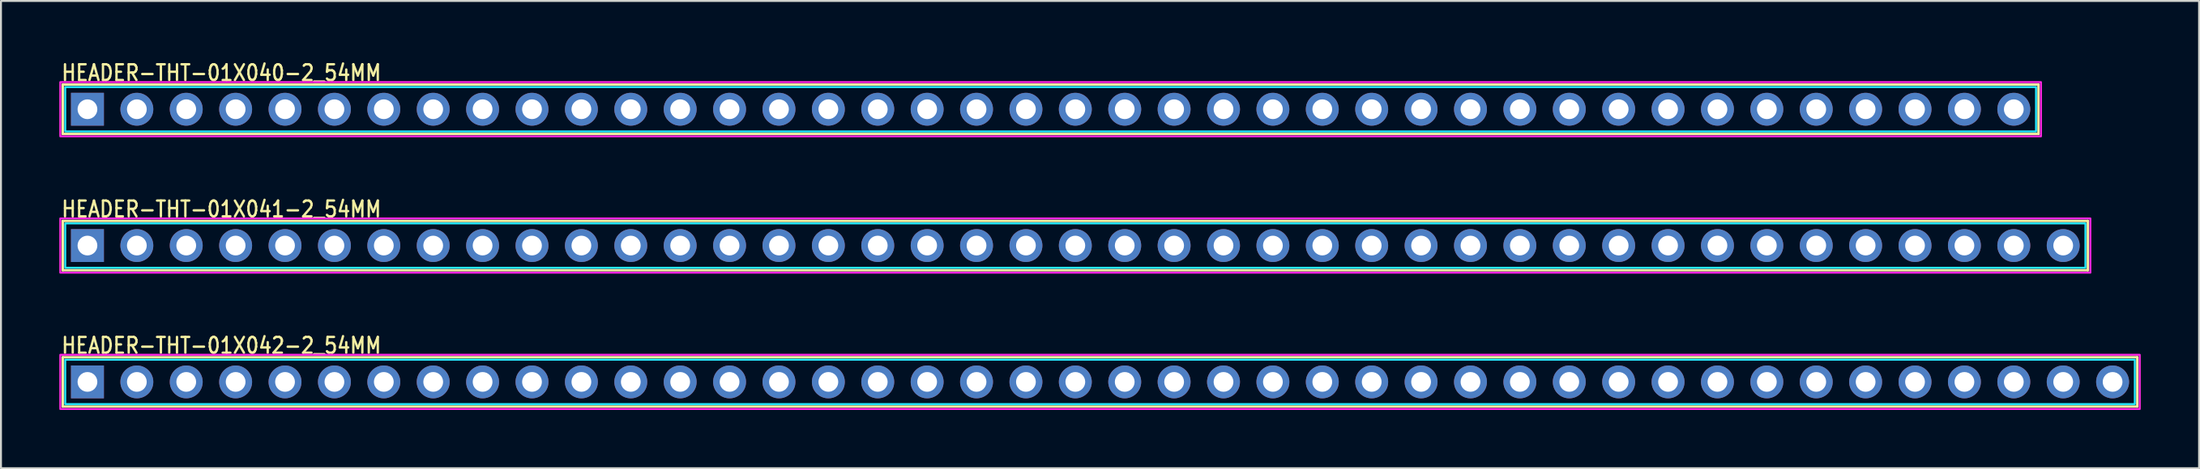
<source format=kicad_pcb>
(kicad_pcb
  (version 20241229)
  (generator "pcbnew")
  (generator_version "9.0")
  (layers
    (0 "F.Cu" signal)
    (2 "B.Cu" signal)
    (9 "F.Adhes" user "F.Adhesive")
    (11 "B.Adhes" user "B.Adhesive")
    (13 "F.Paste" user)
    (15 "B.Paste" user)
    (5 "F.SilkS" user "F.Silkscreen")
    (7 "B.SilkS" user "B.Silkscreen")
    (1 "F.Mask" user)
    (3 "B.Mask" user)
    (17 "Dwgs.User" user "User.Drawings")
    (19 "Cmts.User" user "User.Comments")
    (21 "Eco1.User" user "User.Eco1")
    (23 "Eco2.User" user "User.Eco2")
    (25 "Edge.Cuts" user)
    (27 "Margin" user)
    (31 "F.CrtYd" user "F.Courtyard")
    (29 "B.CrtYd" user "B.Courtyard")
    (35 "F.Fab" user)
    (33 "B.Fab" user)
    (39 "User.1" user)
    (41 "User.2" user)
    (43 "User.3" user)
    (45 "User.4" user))
  (footprint "HEADER-THT-01X042-2_54MM"
    (layer "F.Cu")
    (at 1.447 16.63)
    (property "Reference" "HEADER-THT-01X042-2_54MM" (at -1.4 -1.4 0) (unlocked yes) (layer "F.SilkS") (effects (font (size 0.813 0.695) (thickness 0.122)) (justify left bottom)))
    (fp_line (start -1.27 -1.27) (end -1.27 1.27) (stroke (width 0.127) (type solid)) (layer "F.SilkS"))
    (fp_line (start -1.27 1.27) (end 105.41 1.27) (stroke (width 0.127) (type solid)) (layer "F.SilkS"))
    (fp_line (start 105.41 -1.27) (end -1.27 -1.27) (stroke (width 0.127) (type solid)) (layer "F.SilkS"))
    (fp_line (start 105.41 1.27) (end 105.41 -1.27) (stroke (width 0.127) (type solid)) (layer "F.SilkS"))
    (fp_poly (pts (xy -1.143 -1.143) (xy 105.283 -1.143) (xy 105.283 1.143) (xy -1.143 1.143)) (stroke (width 0.1) (type solid)) (fill no) (layer "B.CrtYd"))
    (fp_poly (pts (xy -1.397 -1.397) (xy 105.537 -1.397) (xy 105.537 1.397) (xy -1.397 1.397)) (stroke (width 0.1) (type solid)) (fill no) (layer "F.CrtYd"))
    (pad "1" thru_hole rect (at 0 0) (size 1.693 1.693) (drill 1.016) (layers "*.Cu" "*.Mask"))
    (pad "2" thru_hole oval (at 2.54 0) (size 1.693 1.693) (drill 1.016) (layers "*.Cu" "*.Mask"))
    (pad "3" thru_hole oval (at 5.08 0) (size 1.693 1.693) (drill 1.016) (layers "*.Cu" "*.Mask"))
    (pad "4" thru_hole oval (at 7.62 0) (size 1.693 1.693) (drill 1.016) (layers "*.Cu" "*.Mask"))
    (pad "5" thru_hole oval (at 10.16 0) (size 1.693 1.693) (drill 1.016) (layers "*.Cu" "*.Mask"))
    (pad "6" thru_hole oval (at 12.7 0) (size 1.693 1.693) (drill 1.016) (layers "*.Cu" "*.Mask"))
    (pad "7" thru_hole oval (at 15.24 0) (size 1.693 1.693) (drill 1.016) (layers "*.Cu" "*.Mask"))
    (pad "8" thru_hole oval (at 17.78 0) (size 1.693 1.693) (drill 1.016) (layers "*.Cu" "*.Mask"))
    (pad "9" thru_hole oval (at 20.32 0) (size 1.693 1.693) (drill 1.016) (layers "*.Cu" "*.Mask"))
    (pad "10" thru_hole oval (at 22.86 0) (size 1.693 1.693) (drill 1.016) (layers "*.Cu" "*.Mask"))
    (pad "11" thru_hole oval (at 25.4 0) (size 1.693 1.693) (drill 1.016) (layers "*.Cu" "*.Mask"))
    (pad "12" thru_hole oval (at 27.94 0) (size 1.693 1.693) (drill 1.016) (layers "*.Cu" "*.Mask"))
    (pad "13" thru_hole oval (at 30.48 0) (size 1.693 1.693) (drill 1.016) (layers "*.Cu" "*.Mask"))
    (pad "14" thru_hole oval (at 33.02 0) (size 1.693 1.693) (drill 1.016) (layers "*.Cu" "*.Mask"))
    (pad "15" thru_hole oval (at 35.56 0) (size 1.693 1.693) (drill 1.016) (layers "*.Cu" "*.Mask"))
    (pad "16" thru_hole oval (at 38.1 0) (size 1.693 1.693) (drill 1.016) (layers "*.Cu" "*.Mask"))
    (pad "17" thru_hole oval (at 40.64 0) (size 1.693 1.693) (drill 1.016) (layers "*.Cu" "*.Mask"))
    (pad "18" thru_hole oval (at 43.18 0) (size 1.693 1.693) (drill 1.016) (layers "*.Cu" "*.Mask"))
    (pad "19" thru_hole oval (at 45.72 0) (size 1.693 1.693) (drill 1.016) (layers "*.Cu" "*.Mask"))
    (pad "20" thru_hole oval (at 48.26 0) (size 1.693 1.693) (drill 1.016) (layers "*.Cu" "*.Mask"))
    (pad "21" thru_hole oval (at 50.8 0) (size 1.693 1.693) (drill 1.016) (layers "*.Cu" "*.Mask"))
    (pad "22" thru_hole oval (at 53.34 0) (size 1.693 1.693) (drill 1.016) (layers "*.Cu" "*.Mask"))
    (pad "23" thru_hole oval (at 55.88 0) (size 1.693 1.693) (drill 1.016) (layers "*.Cu" "*.Mask"))
    (pad "24" thru_hole oval (at 58.42 0) (size 1.693 1.693) (drill 1.016) (layers "*.Cu" "*.Mask"))
    (pad "25" thru_hole oval (at 60.96 0) (size 1.693 1.693) (drill 1.016) (layers "*.Cu" "*.Mask"))
    (pad "26" thru_hole oval (at 63.5 0) (size 1.693 1.693) (drill 1.016) (layers "*.Cu" "*.Mask"))
    (pad "27" thru_hole oval (at 66.04 0) (size 1.693 1.693) (drill 1.016) (layers "*.Cu" "*.Mask"))
    (pad "28" thru_hole oval (at 68.58 0) (size 1.693 1.693) (drill 1.016) (layers "*.Cu" "*.Mask"))
    (pad "29" thru_hole oval (at 71.12 0) (size 1.693 1.693) (drill 1.016) (layers "*.Cu" "*.Mask"))
    (pad "30" thru_hole oval (at 73.66 0) (size 1.693 1.693) (drill 1.016) (layers "*.Cu" "*.Mask"))
    (pad "31" thru_hole oval (at 76.2 0) (size 1.693 1.693) (drill 1.016) (layers "*.Cu" "*.Mask"))
    (pad "32" thru_hole oval (at 78.74 0) (size 1.693 1.693) (drill 1.016) (layers "*.Cu" "*.Mask"))
    (pad "33" thru_hole oval (at 81.28 0) (size 1.693 1.693) (drill 1.016) (layers "*.Cu" "*.Mask"))
    (pad "34" thru_hole oval (at 83.82 0) (size 1.693 1.693) (drill 1.016) (layers "*.Cu" "*.Mask"))
    (pad "35" thru_hole oval (at 86.36 0) (size 1.693 1.693) (drill 1.016) (layers "*.Cu" "*.Mask"))
    (pad "36" thru_hole oval (at 88.9 0) (size 1.693 1.693) (drill 1.016) (layers "*.Cu" "*.Mask"))
    (pad "37" thru_hole oval (at 91.44 0) (size 1.693 1.693) (drill 1.016) (layers "*.Cu" "*.Mask"))
    (pad "38" thru_hole oval (at 93.98 0) (size 1.693 1.693) (drill 1.016) (layers "*.Cu" "*.Mask"))
    (pad "39" thru_hole oval (at 96.52 0) (size 1.693 1.693) (drill 1.016) (layers "*.Cu" "*.Mask"))
    (pad "40" thru_hole oval (at 99.06 0) (size 1.693 1.693) (drill 1.016) (layers "*.Cu" "*.Mask"))
    (pad "41" thru_hole oval (at 101.6 0) (size 1.693 1.693) (drill 1.016) (layers "*.Cu" "*.Mask"))
    (pad "42" thru_hole oval (at 104.14 0) (size 1.693 1.693) (drill 1.016) (layers "*.Cu" "*.Mask")))
  (footprint "HEADER-THT-01X040-2_54MM"
    (layer "F.Cu")
    (at 1.447 2.579)
    (property "Reference" "HEADER-THT-01X040-2_54MM" (at -1.4 -1.4 0) (unlocked yes) (layer "F.SilkS") (effects (font (size 0.813 0.695) (thickness 0.122)) (justify left bottom)))
    (fp_line (start -1.27 -1.27) (end -1.27 1.27) (stroke (width 0.127) (type solid)) (layer "F.SilkS"))
    (fp_line (start -1.27 1.27) (end 100.33 1.27) (stroke (width 0.127) (type solid)) (layer "F.SilkS"))
    (fp_line (start 100.33 -1.27) (end -1.27 -1.27) (stroke (width 0.127) (type solid)) (layer "F.SilkS"))
    (fp_line (start 100.33 1.27) (end 100.33 -1.27) (stroke (width 0.127) (type solid)) (layer "F.SilkS"))
    (fp_poly (pts (xy -1.143 -1.143) (xy 100.203 -1.143) (xy 100.203 1.143) (xy -1.143 1.143)) (stroke (width 0.1) (type solid)) (fill no) (layer "B.CrtYd"))
    (fp_poly (pts (xy -1.397 -1.397) (xy 100.457 -1.397) (xy 100.457 1.397) (xy -1.397 1.397)) (stroke (width 0.1) (type solid)) (fill no) (layer "F.CrtYd"))
    (pad "1" thru_hole rect (at 0 0) (size 1.693 1.693) (drill 1.016) (layers "*.Cu" "*.Mask"))
    (pad "2" thru_hole oval (at 2.54 0) (size 1.693 1.693) (drill 1.016) (layers "*.Cu" "*.Mask"))
    (pad "3" thru_hole oval (at 5.08 0) (size 1.693 1.693) (drill 1.016) (layers "*.Cu" "*.Mask"))
    (pad "4" thru_hole oval (at 7.62 0) (size 1.693 1.693) (drill 1.016) (layers "*.Cu" "*.Mask"))
    (pad "5" thru_hole oval (at 10.16 0) (size 1.693 1.693) (drill 1.016) (layers "*.Cu" "*.Mask"))
    (pad "6" thru_hole oval (at 12.7 0) (size 1.693 1.693) (drill 1.016) (layers "*.Cu" "*.Mask"))
    (pad "7" thru_hole oval (at 15.24 0) (size 1.693 1.693) (drill 1.016) (layers "*.Cu" "*.Mask"))
    (pad "8" thru_hole oval (at 17.78 0) (size 1.693 1.693) (drill 1.016) (layers "*.Cu" "*.Mask"))
    (pad "9" thru_hole oval (at 20.32 0) (size 1.693 1.693) (drill 1.016) (layers "*.Cu" "*.Mask"))
    (pad "10" thru_hole oval (at 22.86 0) (size 1.693 1.693) (drill 1.016) (layers "*.Cu" "*.Mask"))
    (pad "11" thru_hole oval (at 25.4 0) (size 1.693 1.693) (drill 1.016) (layers "*.Cu" "*.Mask"))
    (pad "12" thru_hole oval (at 27.94 0) (size 1.693 1.693) (drill 1.016) (layers "*.Cu" "*.Mask"))
    (pad "13" thru_hole oval (at 30.48 0) (size 1.693 1.693) (drill 1.016) (layers "*.Cu" "*.Mask"))
    (pad "14" thru_hole oval (at 33.02 0) (size 1.693 1.693) (drill 1.016) (layers "*.Cu" "*.Mask"))
    (pad "15" thru_hole oval (at 35.56 0) (size 1.693 1.693) (drill 1.016) (layers "*.Cu" "*.Mask"))
    (pad "16" thru_hole oval (at 38.1 0) (size 1.693 1.693) (drill 1.016) (layers "*.Cu" "*.Mask"))
    (pad "17" thru_hole oval (at 40.64 0) (size 1.693 1.693) (drill 1.016) (layers "*.Cu" "*.Mask"))
    (pad "18" thru_hole oval (at 43.18 0) (size 1.693 1.693) (drill 1.016) (layers "*.Cu" "*.Mask"))
    (pad "19" thru_hole oval (at 45.72 0) (size 1.693 1.693) (drill 1.016) (layers "*.Cu" "*.Mask"))
    (pad "20" thru_hole oval (at 48.26 0) (size 1.693 1.693) (drill 1.016) (layers "*.Cu" "*.Mask"))
    (pad "21" thru_hole oval (at 50.8 0) (size 1.693 1.693) (drill 1.016) (layers "*.Cu" "*.Mask"))
    (pad "22" thru_hole oval (at 53.34 0) (size 1.693 1.693) (drill 1.016) (layers "*.Cu" "*.Mask"))
    (pad "23" thru_hole oval (at 55.88 0) (size 1.693 1.693) (drill 1.016) (layers "*.Cu" "*.Mask"))
    (pad "24" thru_hole oval (at 58.42 0) (size 1.693 1.693) (drill 1.016) (layers "*.Cu" "*.Mask"))
    (pad "25" thru_hole oval (at 60.96 0) (size 1.693 1.693) (drill 1.016) (layers "*.Cu" "*.Mask"))
    (pad "26" thru_hole oval (at 63.5 0) (size 1.693 1.693) (drill 1.016) (layers "*.Cu" "*.Mask"))
    (pad "27" thru_hole oval (at 66.04 0) (size 1.693 1.693) (drill 1.016) (layers "*.Cu" "*.Mask"))
    (pad "28" thru_hole oval (at 68.58 0) (size 1.693 1.693) (drill 1.016) (layers "*.Cu" "*.Mask"))
    (pad "29" thru_hole oval (at 71.12 0) (size 1.693 1.693) (drill 1.016) (layers "*.Cu" "*.Mask"))
    (pad "30" thru_hole oval (at 73.66 0) (size 1.693 1.693) (drill 1.016) (layers "*.Cu" "*.Mask"))
    (pad "31" thru_hole oval (at 76.2 0) (size 1.693 1.693) (drill 1.016) (layers "*.Cu" "*.Mask"))
    (pad "32" thru_hole oval (at 78.74 0) (size 1.693 1.693) (drill 1.016) (layers "*.Cu" "*.Mask"))
    (pad "33" thru_hole oval (at 81.28 0) (size 1.693 1.693) (drill 1.016) (layers "*.Cu" "*.Mask"))
    (pad "34" thru_hole oval (at 83.82 0) (size 1.693 1.693) (drill 1.016) (layers "*.Cu" "*.Mask"))
    (pad "35" thru_hole oval (at 86.36 0) (size 1.693 1.693) (drill 1.016) (layers "*.Cu" "*.Mask"))
    (pad "36" thru_hole oval (at 88.9 0) (size 1.693 1.693) (drill 1.016) (layers "*.Cu" "*.Mask"))
    (pad "37" thru_hole oval (at 91.44 0) (size 1.693 1.693) (drill 1.016) (layers "*.Cu" "*.Mask"))
    (pad "38" thru_hole oval (at 93.98 0) (size 1.693 1.693) (drill 1.016) (layers "*.Cu" "*.Mask"))
    (pad "39" thru_hole oval (at 96.52 0) (size 1.693 1.693) (drill 1.016) (layers "*.Cu" "*.Mask"))
    (pad "40" thru_hole oval (at 99.06 0) (size 1.693 1.693) (drill 1.016) (layers "*.Cu" "*.Mask")))
  (footprint "HEADER-THT-01X041-2_54MM"
    (layer "F.Cu")
    (at 1.447 9.604)
    (property "Reference" "HEADER-THT-01X041-2_54MM" (at -1.4 -1.4 0) (unlocked yes) (layer "F.SilkS") (effects (font (size 0.813 0.695) (thickness 0.122)) (justify left bottom)))
    (fp_line (start -1.27 -1.27) (end -1.27 1.27) (stroke (width 0.127) (type solid)) (layer "F.SilkS"))
    (fp_line (start -1.27 1.27) (end 102.87 1.27) (stroke (width 0.127) (type solid)) (layer "F.SilkS"))
    (fp_line (start 102.87 -1.27) (end -1.27 -1.27) (stroke (width 0.127) (type solid)) (layer "F.SilkS"))
    (fp_line (start 102.87 1.27) (end 102.87 -1.27) (stroke (width 0.127) (type solid)) (layer "F.SilkS"))
    (fp_poly (pts (xy -1.143 -1.143) (xy 102.743 -1.143) (xy 102.743 1.143) (xy -1.143 1.143)) (stroke (width 0.1) (type solid)) (fill no) (layer "B.CrtYd"))
    (fp_poly (pts (xy -1.397 -1.397) (xy 102.997 -1.397) (xy 102.997 1.397) (xy -1.397 1.397)) (stroke (width 0.1) (type solid)) (fill no) (layer "F.CrtYd"))
    (pad "1" thru_hole rect (at 0 0) (size 1.693 1.693) (drill 1.016) (layers "*.Cu" "*.Mask"))
    (pad "2" thru_hole oval (at 2.54 0) (size 1.693 1.693) (drill 1.016) (layers "*.Cu" "*.Mask"))
    (pad "3" thru_hole oval (at 5.08 0) (size 1.693 1.693) (drill 1.016) (layers "*.Cu" "*.Mask"))
    (pad "4" thru_hole oval (at 7.62 0) (size 1.693 1.693) (drill 1.016) (layers "*.Cu" "*.Mask"))
    (pad "5" thru_hole oval (at 10.16 0) (size 1.693 1.693) (drill 1.016) (layers "*.Cu" "*.Mask"))
    (pad "6" thru_hole oval (at 12.7 0) (size 1.693 1.693) (drill 1.016) (layers "*.Cu" "*.Mask"))
    (pad "7" thru_hole oval (at 15.24 0) (size 1.693 1.693) (drill 1.016) (layers "*.Cu" "*.Mask"))
    (pad "8" thru_hole oval (at 17.78 0) (size 1.693 1.693) (drill 1.016) (layers "*.Cu" "*.Mask"))
    (pad "9" thru_hole oval (at 20.32 0) (size 1.693 1.693) (drill 1.016) (layers "*.Cu" "*.Mask"))
    (pad "10" thru_hole oval (at 22.86 0) (size 1.693 1.693) (drill 1.016) (layers "*.Cu" "*.Mask"))
    (pad "11" thru_hole oval (at 25.4 0) (size 1.693 1.693) (drill 1.016) (layers "*.Cu" "*.Mask"))
    (pad "12" thru_hole oval (at 27.94 0) (size 1.693 1.693) (drill 1.016) (layers "*.Cu" "*.Mask"))
    (pad "13" thru_hole oval (at 30.48 0) (size 1.693 1.693) (drill 1.016) (layers "*.Cu" "*.Mask"))
    (pad "14" thru_hole oval (at 33.02 0) (size 1.693 1.693) (drill 1.016) (layers "*.Cu" "*.Mask"))
    (pad "15" thru_hole oval (at 35.56 0) (size 1.693 1.693) (drill 1.016) (layers "*.Cu" "*.Mask"))
    (pad "16" thru_hole oval (at 38.1 0) (size 1.693 1.693) (drill 1.016) (layers "*.Cu" "*.Mask"))
    (pad "17" thru_hole oval (at 40.64 0) (size 1.693 1.693) (drill 1.016) (layers "*.Cu" "*.Mask"))
    (pad "18" thru_hole oval (at 43.18 0) (size 1.693 1.693) (drill 1.016) (layers "*.Cu" "*.Mask"))
    (pad "19" thru_hole oval (at 45.72 0) (size 1.693 1.693) (drill 1.016) (layers "*.Cu" "*.Mask"))
    (pad "20" thru_hole oval (at 48.26 0) (size 1.693 1.693) (drill 1.016) (layers "*.Cu" "*.Mask"))
    (pad "21" thru_hole oval (at 50.8 0) (size 1.693 1.693) (drill 1.016) (layers "*.Cu" "*.Mask"))
    (pad "22" thru_hole oval (at 53.34 0) (size 1.693 1.693) (drill 1.016) (layers "*.Cu" "*.Mask"))
    (pad "23" thru_hole oval (at 55.88 0) (size 1.693 1.693) (drill 1.016) (layers "*.Cu" "*.Mask"))
    (pad "24" thru_hole oval (at 58.42 0) (size 1.693 1.693) (drill 1.016) (layers "*.Cu" "*.Mask"))
    (pad "25" thru_hole oval (at 60.96 0) (size 1.693 1.693) (drill 1.016) (layers "*.Cu" "*.Mask"))
    (pad "26" thru_hole oval (at 63.5 0) (size 1.693 1.693) (drill 1.016) (layers "*.Cu" "*.Mask"))
    (pad "27" thru_hole oval (at 66.04 0) (size 1.693 1.693) (drill 1.016) (layers "*.Cu" "*.Mask"))
    (pad "28" thru_hole oval (at 68.58 0) (size 1.693 1.693) (drill 1.016) (layers "*.Cu" "*.Mask"))
    (pad "29" thru_hole oval (at 71.12 0) (size 1.693 1.693) (drill 1.016) (layers "*.Cu" "*.Mask"))
    (pad "30" thru_hole oval (at 73.66 0) (size 1.693 1.693) (drill 1.016) (layers "*.Cu" "*.Mask"))
    (pad "31" thru_hole oval (at 76.2 0) (size 1.693 1.693) (drill 1.016) (layers "*.Cu" "*.Mask"))
    (pad "32" thru_hole oval (at 78.74 0) (size 1.693 1.693) (drill 1.016) (layers "*.Cu" "*.Mask"))
    (pad "33" thru_hole oval (at 81.28 0) (size 1.693 1.693) (drill 1.016) (layers "*.Cu" "*.Mask"))
    (pad "34" thru_hole oval (at 83.82 0) (size 1.693 1.693) (drill 1.016) (layers "*.Cu" "*.Mask"))
    (pad "35" thru_hole oval (at 86.36 0) (size 1.693 1.693) (drill 1.016) (layers "*.Cu" "*.Mask"))
    (pad "36" thru_hole oval (at 88.9 0) (size 1.693 1.693) (drill 1.016) (layers "*.Cu" "*.Mask"))
    (pad "37" thru_hole oval (at 91.44 0) (size 1.693 1.693) (drill 1.016) (layers "*.Cu" "*.Mask"))
    (pad "38" thru_hole oval (at 93.98 0) (size 1.693 1.693) (drill 1.016) (layers "*.Cu" "*.Mask"))
    (pad "39" thru_hole oval (at 96.52 0) (size 1.693 1.693) (drill 1.016) (layers "*.Cu" "*.Mask"))
    (pad "40" thru_hole oval (at 99.06 0) (size 1.693 1.693) (drill 1.016) (layers "*.Cu" "*.Mask"))
    (pad "41" thru_hole oval (at 101.6 0) (size 1.693 1.693) (drill 1.016) (layers "*.Cu" "*.Mask")))
  (gr_rect
    (start -3 -3)
    (end 110.034 21.077)
    (stroke (width 0.1) (type default))
    (fill no)
    (layer "Edge.Cuts")))
</source>
